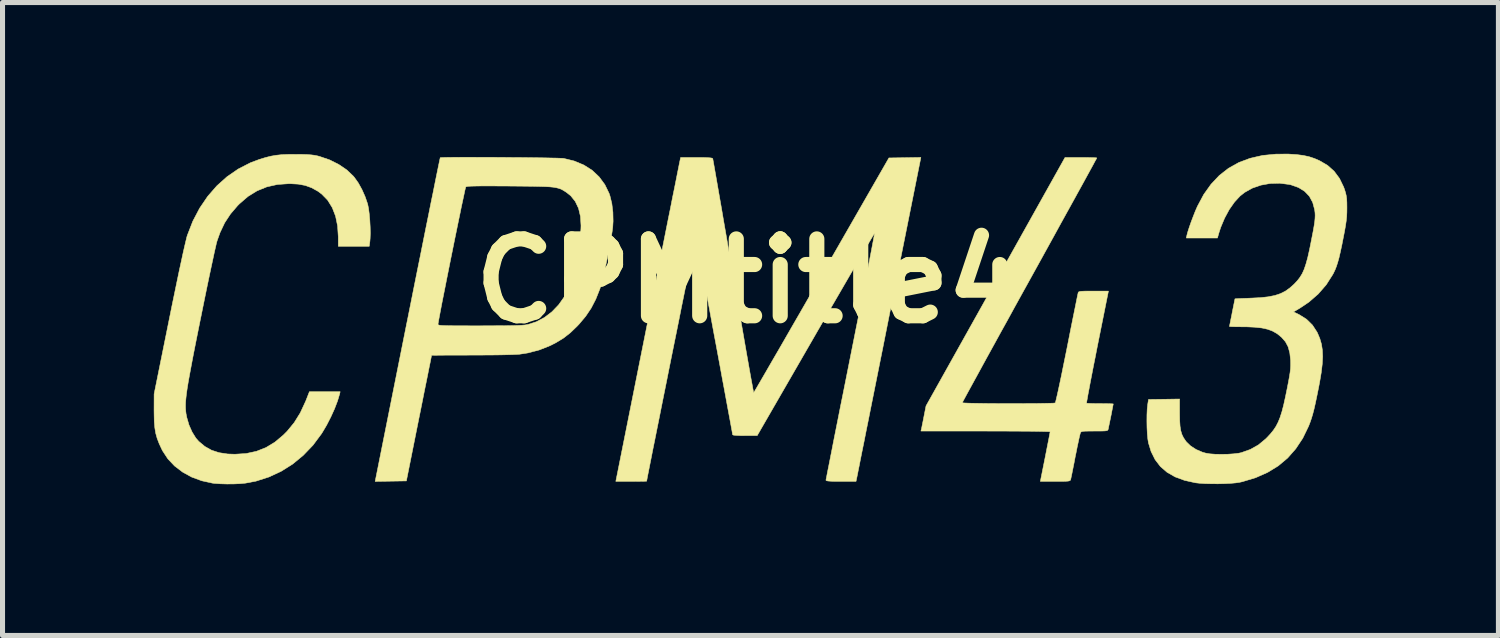
<source format=kicad_pcb>
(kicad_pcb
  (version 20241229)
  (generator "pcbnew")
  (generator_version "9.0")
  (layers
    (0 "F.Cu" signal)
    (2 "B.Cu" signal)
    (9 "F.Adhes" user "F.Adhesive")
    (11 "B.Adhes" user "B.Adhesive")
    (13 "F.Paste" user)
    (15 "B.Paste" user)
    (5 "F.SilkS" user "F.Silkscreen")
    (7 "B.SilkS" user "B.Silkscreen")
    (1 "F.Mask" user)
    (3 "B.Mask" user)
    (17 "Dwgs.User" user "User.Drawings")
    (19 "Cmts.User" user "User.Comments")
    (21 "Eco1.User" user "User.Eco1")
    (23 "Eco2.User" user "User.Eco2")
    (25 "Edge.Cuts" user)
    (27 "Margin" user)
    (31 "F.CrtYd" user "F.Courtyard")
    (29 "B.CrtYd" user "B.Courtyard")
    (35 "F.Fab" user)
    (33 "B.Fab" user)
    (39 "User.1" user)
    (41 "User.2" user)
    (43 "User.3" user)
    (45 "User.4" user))
  (footprint "CPMtitle4"
    (layer "F.Cu")
    (at 11.804 2.522)
    (property "Reference" "CPMtitle4" (at 0 0 0) (layer "F.SilkS") (effects (font (size 1.524 1.524) (thickness 0.3))))
    (attr through_hole)
    (fp_poly (pts (xy -8.981 -2.511) (xy -8.856 -2.51) (xy -8.759 -2.507) (xy -8.683 -2.501) (xy -8.619 -2.493) (xy -8.559 -2.481) (xy -8.518 -2.47) (xy -8.319 -2.402) (xy -8.137 -2.311) (xy -7.978 -2.203) (xy -7.847 -2.078) (xy -7.827 -2.054) (xy -7.75 -1.946) (xy -7.677 -1.814) (xy -7.614 -1.672) (xy -7.566 -1.532) (xy -7.563 -1.521) (xy -7.546 -1.437) (xy -7.532 -1.327) (xy -7.521 -1.202) (xy -7.514 -1.072) (xy -7.511 -0.949) (xy -7.515 -0.842) (xy -7.519 -0.792) (xy -7.532 -0.689) (xy -8.146 -0.689) (xy -8.146 -0.875) (xy -8.16 -1.092) (xy -8.2 -1.286) (xy -8.266 -1.456) (xy -8.357 -1.603) (xy -8.474 -1.723) (xy -8.552 -1.781) (xy -8.675 -1.849) (xy -8.801 -1.895) (xy -8.94 -1.921) (xy -9.103 -1.93) (xy -9.126 -1.93) (xy -9.354 -1.914) (xy -9.563 -1.867) (xy -9.757 -1.788) (xy -9.937 -1.677) (xy -10.106 -1.531) (xy -10.143 -1.494) (xy -10.284 -1.329) (xy -10.399 -1.154) (xy -10.491 -0.96) (xy -10.549 -0.798) (xy -10.561 -0.756) (xy -10.578 -0.681) (xy -10.602 -0.577) (xy -10.63 -0.446) (xy -10.663 -0.293) (xy -10.7 -0.119) (xy -10.74 0.072) (xy -10.782 0.276) (xy -10.826 0.492) (xy -10.871 0.715) (xy -10.879 0.753) (xy -10.936 1.036) (xy -10.986 1.286) (xy -11.029 1.506) (xy -11.065 1.697) (xy -11.096 1.863) (xy -11.122 2.007) (xy -11.142 2.13) (xy -11.157 2.235) (xy -11.167 2.324) (xy -11.174 2.401) (xy -11.176 2.468) (xy -11.175 2.526) (xy -11.171 2.58) (xy -11.165 2.631) (xy -11.155 2.681) (xy -11.151 2.703) (xy -11.107 2.854) (xy -11.045 2.994) (xy -10.97 3.115) (xy -10.913 3.18) (xy -10.792 3.281) (xy -10.66 3.355) (xy -10.511 3.404) (xy -10.34 3.43) (xy -10.196 3.435) (xy -9.973 3.421) (xy -9.769 3.377) (xy -9.581 3.303) (xy -9.404 3.196) (xy -9.236 3.055) (xy -9.161 2.98) (xy -9.02 2.808) (xy -8.9 2.615) (xy -8.798 2.395) (xy -8.788 2.372) (xy -8.719 2.195) (xy -8.109 2.195) (xy -8.121 2.245) (xy -8.162 2.381) (xy -8.221 2.535) (xy -8.294 2.696) (xy -8.376 2.856) (xy -8.464 3.005) (xy -8.48 3.03) (xy -8.648 3.256) (xy -8.84 3.456) (xy -9.051 3.63) (xy -9.28 3.774) (xy -9.524 3.887) (xy -9.78 3.969) (xy -9.986 4.008) (xy -10.091 4.018) (xy -10.218 4.024) (xy -10.354 4.025) (xy -10.486 4.021) (xy -10.601 4.013) (xy -10.641 4.008) (xy -10.854 3.961) (xy -11.053 3.888) (xy -11.233 3.789) (xy -11.392 3.668) (xy -11.526 3.526) (xy -11.631 3.366) (xy -11.645 3.338) (xy -11.698 3.224) (xy -11.738 3.12) (xy -11.766 3.019) (xy -11.784 2.911) (xy -11.795 2.788) (xy -11.798 2.641) (xy -11.799 2.567) (xy -11.798 2.241) (xy -11.497 0.753) (xy -11.443 0.486) (xy -11.391 0.235) (xy -11.343 0.003) (xy -11.299 -0.208) (xy -11.258 -0.396) (xy -11.223 -0.559) (xy -11.192 -0.694) (xy -11.167 -0.8) (xy -11.149 -0.874) (xy -11.139 -0.907) (xy -11.03 -1.187) (xy -10.895 -1.444) (xy -10.736 -1.678) (xy -10.554 -1.887) (xy -10.352 -2.068) (xy -10.13 -2.221) (xy -9.89 -2.344) (xy -9.709 -2.412) (xy -9.59 -2.448) (xy -9.483 -2.475) (xy -9.38 -2.493) (xy -9.269 -2.505) (xy -9.143 -2.51) (xy -8.991 -2.511) (xy -8.981 -2.511)) (stroke (width 0.01) (type solid)) (fill yes) (layer "F.SilkS"))
    (fp_poly (pts (xy 6.681 -2.449) (xy 6.77 -2.447) (xy 6.839 -2.445) (xy 6.882 -2.443) (xy 6.894 -2.44) (xy 6.886 -2.423) (xy 6.86 -2.377) (xy 6.82 -2.302) (xy 6.764 -2.2) (xy 6.695 -2.074) (xy 6.613 -1.924) (xy 6.519 -1.754) (xy 6.414 -1.563) (xy 6.299 -1.355) (xy 6.175 -1.131) (xy 6.044 -0.892) (xy 5.905 -0.64) (xy 5.76 -0.377) (xy 5.61 -0.106) (xy 5.561 -0.017) (xy 5.409 0.257) (xy 5.262 0.523) (xy 5.122 0.779) (xy 4.987 1.022) (xy 4.861 1.252) (xy 4.743 1.466) (xy 4.635 1.663) (xy 4.538 1.841) (xy 4.452 1.998) (xy 4.378 2.133) (xy 4.318 2.243) (xy 4.272 2.328) (xy 4.242 2.384) (xy 4.228 2.412) (xy 4.227 2.414) (xy 4.245 2.417) (xy 4.294 2.42) (xy 4.372 2.423) (xy 4.473 2.425) (xy 4.594 2.427) (xy 4.731 2.429) (xy 4.879 2.43) (xy 5.034 2.431) (xy 5.192 2.431) (xy 5.349 2.431) (xy 5.5 2.43) (xy 5.643 2.43) (xy 5.771 2.428) (xy 5.882 2.426) (xy 5.971 2.424) (xy 6.034 2.422) (xy 6.067 2.418) (xy 6.07 2.417) (xy 6.077 2.398) (xy 6.09 2.345) (xy 6.109 2.264) (xy 6.133 2.156) (xy 6.161 2.025) (xy 6.193 1.874) (xy 6.227 1.706) (xy 6.264 1.525) (xy 6.303 1.333) (xy 6.341 1.141) (xy 6.377 0.958) (xy 6.411 0.789) (xy 6.442 0.636) (xy 6.469 0.503) (xy 6.491 0.393) (xy 6.508 0.309) (xy 6.52 0.254) (xy 6.525 0.231) (xy 6.531 0.219) (xy 6.547 0.211) (xy 6.576 0.205) (xy 6.624 0.202) (xy 6.697 0.2) (xy 6.8 0.2) (xy 6.829 0.2) (xy 7.125 0.2) (xy 6.903 1.306) (xy 6.865 1.501) (xy 6.828 1.685) (xy 6.795 1.856) (xy 6.765 2.01) (xy 6.74 2.144) (xy 6.719 2.255) (xy 6.704 2.341) (xy 6.694 2.397) (xy 6.691 2.421) (xy 6.691 2.422) (xy 6.712 2.425) (xy 6.762 2.428) (xy 6.835 2.43) (xy 6.924 2.431) (xy 6.961 2.431) (xy 7.053 2.432) (xy 7.131 2.433) (xy 7.188 2.435) (xy 7.218 2.437) (xy 7.221 2.438) (xy 7.217 2.457) (xy 7.208 2.504) (xy 7.195 2.571) (xy 7.18 2.65) (xy 7.163 2.732) (xy 7.147 2.81) (xy 7.133 2.876) (xy 7.124 2.922) (xy 7.121 2.935) (xy 7.116 2.951) (xy 7.106 2.962) (xy 7.085 2.969) (xy 7.047 2.973) (xy 6.987 2.975) (xy 6.9 2.975) (xy 6.848 2.975) (xy 6.746 2.976) (xy 6.673 2.977) (xy 6.626 2.98) (xy 6.597 2.986) (xy 6.58 2.995) (xy 6.571 3.009) (xy 6.568 3.016) (xy 6.56 3.045) (xy 6.546 3.104) (xy 6.528 3.188) (xy 6.506 3.29) (xy 6.483 3.407) (xy 6.467 3.483) (xy 6.444 3.605) (xy 6.422 3.715) (xy 6.403 3.81) (xy 6.388 3.882) (xy 6.378 3.929) (xy 6.375 3.942) (xy 6.368 3.953) (xy 6.353 3.962) (xy 6.324 3.968) (xy 6.275 3.971) (xy 6.202 3.973) (xy 6.1 3.973) (xy 6.07 3.973) (xy 5.775 3.973) (xy 5.872 3.489) (xy 5.897 3.361) (xy 5.92 3.244) (xy 5.94 3.144) (xy 5.955 3.065) (xy 5.965 3.012) (xy 5.969 2.99) (xy 5.969 2.99) (xy 5.951 2.987) (xy 5.9 2.985) (xy 5.819 2.983) (xy 5.71 2.981) (xy 5.576 2.979) (xy 5.42 2.978) (xy 5.245 2.977) (xy 5.055 2.976) (xy 4.851 2.976) (xy 4.688 2.975) (xy 3.407 2.975) (xy 3.417 2.935) (xy 3.424 2.901) (xy 3.436 2.841) (xy 3.452 2.762) (xy 3.467 2.685) (xy 3.508 2.477) (xy 4.886 0.014) (xy 6.264 -2.449) (xy 6.579 -2.449) (xy 6.681 -2.449)) (stroke (width 0.01) (type solid)) (fill yes) (layer "F.SilkS"))
    (fp_poly (pts (xy -5.425 -2.453) (xy -5.253 -2.452) (xy -5.073 -2.452) (xy -4.89 -2.451) (xy -4.708 -2.449) (xy -4.529 -2.448) (xy -4.357 -2.446) (xy -4.197 -2.444) (xy -4.051 -2.442) (xy -3.924 -2.439) (xy -3.818 -2.437) (xy -3.738 -2.434) (xy -3.688 -2.432) (xy -3.674 -2.43) (xy -3.464 -2.378) (xy -3.276 -2.299) (xy -3.112 -2.195) (xy -2.974 -2.065) (xy -2.861 -1.912) (xy -2.776 -1.737) (xy -2.759 -1.687) (xy -2.722 -1.536) (xy -2.701 -1.364) (xy -2.697 -1.186) (xy -2.704 -1.07) (xy -2.716 -0.979) (xy -2.734 -0.863) (xy -2.758 -0.729) (xy -2.786 -0.584) (xy -2.816 -0.433) (xy -2.848 -0.285) (xy -2.879 -0.145) (xy -2.909 -0.021) (xy -2.936 0.081) (xy -2.958 0.154) (xy -2.959 0.156) (xy -3.04 0.36) (xy -3.132 0.538) (xy -3.241 0.7) (xy -3.373 0.857) (xy -3.409 0.895) (xy -3.544 1.025) (xy -3.678 1.13) (xy -3.825 1.22) (xy -3.942 1.28) (xy -4.158 1.366) (xy -4.38 1.425) (xy -4.553 1.452) (xy -4.605 1.455) (xy -4.687 1.459) (xy -4.797 1.462) (xy -4.929 1.465) (xy -5.079 1.467) (xy -5.241 1.468) (xy -5.412 1.469) (xy -5.502 1.469) (xy -5.668 1.47) (xy -5.822 1.47) (xy -5.96 1.47) (xy -6.08 1.471) (xy -6.177 1.472) (xy -6.248 1.473) (xy -6.288 1.473) (xy -6.296 1.474) (xy -6.3 1.492) (xy -6.31 1.543) (xy -6.326 1.624) (xy -6.348 1.731) (xy -6.374 1.863) (xy -6.405 2.016) (xy -6.44 2.187) (xy -6.477 2.374) (xy -6.517 2.574) (xy -6.547 2.721) (xy -6.796 3.964) (xy -7.415 3.974) (xy -6.792 0.857) (xy -6.169 0.857) (xy -6.167 0.865) (xy -6.159 0.871) (xy -6.143 0.876) (xy -6.115 0.88) (xy -6.072 0.883) (xy -6.012 0.885) (xy -5.93 0.887) (xy -5.824 0.888) (xy -5.691 0.888) (xy -5.528 0.889) (xy -5.339 0.889) (xy -5.127 0.888) (xy -4.948 0.887) (xy -4.8 0.886) (xy -4.679 0.884) (xy -4.582 0.881) (xy -4.505 0.877) (xy -4.446 0.872) (xy -4.403 0.866) (xy -4.388 0.863) (xy -4.219 0.809) (xy -4.057 0.723) (xy -3.908 0.609) (xy -3.775 0.47) (xy -3.663 0.311) (xy -3.576 0.135) (xy -3.555 0.08) (xy -3.541 0.032) (xy -3.521 -0.045) (xy -3.498 -0.145) (xy -3.471 -0.261) (xy -3.444 -0.388) (xy -3.427 -0.472) (xy -3.395 -0.63) (xy -3.37 -0.76) (xy -3.353 -0.866) (xy -3.341 -0.954) (xy -3.335 -1.032) (xy -3.333 -1.098) (xy -3.344 -1.281) (xy -3.382 -1.441) (xy -3.447 -1.578) (xy -3.538 -1.691) (xy -3.621 -1.757) (xy -3.661 -1.783) (xy -3.698 -1.805) (xy -3.735 -1.824) (xy -3.776 -1.838) (xy -3.824 -1.85) (xy -3.882 -1.86) (xy -3.954 -1.867) (xy -4.044 -1.872) (xy -4.155 -1.875) (xy -4.29 -1.878) (xy -4.453 -1.88) (xy -4.648 -1.882) (xy -4.746 -1.883) (xy -4.951 -1.884) (xy -5.123 -1.885) (xy -5.263 -1.885) (xy -5.376 -1.884) (xy -5.464 -1.882) (xy -5.529 -1.88) (xy -5.574 -1.877) (xy -5.602 -1.872) (xy -5.617 -1.867) (xy -5.618 -1.865) (xy -5.624 -1.845) (xy -5.637 -1.792) (xy -5.654 -1.71) (xy -5.677 -1.603) (xy -5.705 -1.474) (xy -5.735 -1.326) (xy -5.769 -1.163) (xy -5.805 -0.987) (xy -5.843 -0.803) (xy -5.881 -0.614) (xy -5.92 -0.422) (xy -5.958 -0.232) (xy -5.995 -0.047) (xy -6.03 0.13) (xy -6.063 0.295) (xy -6.093 0.446) (xy -6.118 0.578) (xy -6.139 0.689) (xy -6.155 0.775) (xy -6.165 0.832) (xy -6.169 0.857) (xy -6.792 0.857) (xy -6.774 0.769) (xy -6.707 0.434) (xy -6.642 0.108) (xy -6.579 -0.206) (xy -6.518 -0.507) (xy -6.461 -0.792) (xy -6.407 -1.062) (xy -6.356 -1.312) (xy -6.31 -1.543) (xy -6.267 -1.751) (xy -6.23 -1.936) (xy -6.198 -2.095) (xy -6.171 -2.226) (xy -6.15 -2.328) (xy -6.135 -2.4) (xy -6.126 -2.438) (xy -6.125 -2.445) (xy -6.104 -2.447) (xy -6.052 -2.449) (xy -5.97 -2.451) (xy -5.862 -2.452) (xy -5.733 -2.453) (xy -5.586 -2.453) (xy -5.425 -2.453)) (stroke (width 0.01) (type solid)) (fill yes) (layer "F.SilkS"))
    (fp_poly (pts (xy 2.782 0.666) (xy 2.716 0.998) (xy 2.652 1.321) (xy 2.589 1.634) (xy 2.529 1.934) (xy 2.472 2.219) (xy 2.418 2.488) (xy 2.368 2.74) (xy 2.321 2.971) (xy 2.28 3.18) (xy 2.242 3.366) (xy 2.21 3.526) (xy 2.184 3.659) (xy 2.163 3.762) (xy 2.149 3.834) (xy 2.141 3.873) (xy 2.14 3.878) (xy 2.12 3.973) (xy 1.822 3.973) (xy 1.706 3.973) (xy 1.621 3.97) (xy 1.566 3.966) (xy 1.535 3.96) (xy 1.524 3.951) (xy 1.524 3.95) (xy 1.527 3.93) (xy 1.538 3.876) (xy 1.554 3.791) (xy 1.577 3.677) (xy 1.605 3.535) (xy 1.638 3.368) (xy 1.675 3.177) (xy 1.717 2.966) (xy 1.763 2.735) (xy 1.812 2.487) (xy 1.865 2.225) (xy 1.92 1.949) (xy 1.977 1.663) (xy 2.011 1.492) (xy 2.069 1.201) (xy 2.125 0.919) (xy 2.179 0.65) (xy 2.229 0.395) (xy 2.277 0.155) (xy 2.32 -0.066) (xy 2.359 -0.267) (xy 2.394 -0.446) (xy 2.424 -0.601) (xy 2.448 -0.729) (xy 2.467 -0.829) (xy 2.48 -0.899) (xy 2.486 -0.937) (xy 2.486 -0.943) (xy 2.476 -0.928) (xy 2.448 -0.883) (xy 2.405 -0.81) (xy 2.347 -0.712) (xy 2.275 -0.589) (xy 2.19 -0.445) (xy 2.094 -0.28) (xy 1.987 -0.096) (xy 1.871 0.104) (xy 1.747 0.318) (xy 1.615 0.545) (xy 1.477 0.784) (xy 1.334 1.031) (xy 1.317 1.061) (xy 0.16 3.066) (xy -0.084 3.066) (xy -0.184 3.065) (xy -0.261 3.061) (xy -0.31 3.056) (xy -0.327 3.048) (xy -0.33 3.029) (xy -0.339 2.976) (xy -0.354 2.894) (xy -0.374 2.784) (xy -0.399 2.65) (xy -0.428 2.495) (xy -0.46 2.32) (xy -0.495 2.13) (xy -0.533 1.927) (xy -0.572 1.713) (xy -0.613 1.492) (xy -0.655 1.266) (xy -0.698 1.038) (xy -0.74 0.811) (xy -0.781 0.588) (xy -0.821 0.372) (xy -0.86 0.165) (xy -0.896 -0.03) (xy -0.93 -0.209) (xy -0.96 -0.371) (xy -0.987 -0.512) (xy -1.009 -0.63) (xy -1.026 -0.721) (xy -1.038 -0.783) (xy -1.044 -0.813) (xy -1.044 -0.814) (xy -1.055 -0.843) (xy -1.063 -0.848) (xy -1.067 -0.83) (xy -1.077 -0.779) (xy -1.094 -0.698) (xy -1.117 -0.588) (xy -1.144 -0.452) (xy -1.177 -0.294) (xy -1.213 -0.115) (xy -1.253 0.082) (xy -1.296 0.295) (xy -1.342 0.52) (xy -1.389 0.757) (xy -1.438 1.001) (xy -1.489 1.251) (xy -1.54 1.504) (xy -1.591 1.757) (xy -1.641 2.009) (xy -1.691 2.256) (xy -1.739 2.496) (xy -1.785 2.727) (xy -1.829 2.945) (xy -1.87 3.15) (xy -1.908 3.337) (xy -1.941 3.505) (xy -1.97 3.651) (xy -1.994 3.772) (xy -2.013 3.867) (xy -2.025 3.932) (xy -2.031 3.965) (xy -2.032 3.969) (xy -2.049 3.97) (xy -2.097 3.971) (xy -2.169 3.972) (xy -2.259 3.973) (xy -2.338 3.973) (xy -2.643 3.973) (xy -2.02 0.857) (xy -1.954 0.525) (xy -1.889 0.202) (xy -1.827 -0.11) (xy -1.767 -0.41) (xy -1.71 -0.695) (xy -1.656 -0.965) (xy -1.606 -1.216) (xy -1.559 -1.447) (xy -1.518 -1.657) (xy -1.48 -1.842) (xy -1.448 -2.002) (xy -1.422 -2.135) (xy -1.401 -2.238) (xy -1.387 -2.31) (xy -1.379 -2.349) (xy -1.378 -2.354) (xy -1.358 -2.449) (xy -1.044 -2.449) (xy -0.922 -2.449) (xy -0.832 -2.446) (xy -0.771 -2.442) (xy -0.735 -2.436) (xy -0.721 -2.427) (xy -0.721 -2.427) (xy -0.717 -2.406) (xy -0.707 -2.352) (xy -0.692 -2.267) (xy -0.672 -2.152) (xy -0.647 -2.01) (xy -0.618 -1.843) (xy -0.585 -1.653) (xy -0.548 -1.442) (xy -0.509 -1.212) (xy -0.466 -0.966) (xy -0.421 -0.705) (xy -0.374 -0.432) (xy -0.325 -0.149) (xy -0.316 -0.095) (xy -0.267 0.189) (xy -0.22 0.463) (xy -0.174 0.725) (xy -0.131 0.973) (xy -0.091 1.204) (xy -0.054 1.417) (xy -0.02 1.609) (xy 0.01 1.779) (xy 0.036 1.924) (xy 0.058 2.042) (xy 0.074 2.13) (xy 0.085 2.188) (xy 0.09 2.213) (xy 0.091 2.213) (xy 0.101 2.198) (xy 0.128 2.153) (xy 0.171 2.08) (xy 0.229 1.98) (xy 0.301 1.856) (xy 0.386 1.709) (xy 0.483 1.541) (xy 0.592 1.354) (xy 0.71 1.149) (xy 0.837 0.928) (xy 0.973 0.693) (xy 1.115 0.446) (xy 1.263 0.188) (xy 1.416 -0.079) (xy 1.436 -0.113) (xy 2.772 -2.44) (xy 3.089 -2.445) (xy 3.406 -2.45) (xy 2.782 0.666)) (stroke (width 0.01) (type solid)) (fill yes) (layer "F.SilkS"))
    (fp_poly (pts (xy 10.854 -2.507) (xy 10.987 -2.49) (xy 11.103 -2.465) (xy 11.214 -2.428) (xy 11.314 -2.384) (xy 11.471 -2.292) (xy 11.601 -2.176) (xy 11.707 -2.033) (xy 11.789 -1.864) (xy 11.805 -1.82) (xy 11.826 -1.753) (xy 11.84 -1.694) (xy 11.849 -1.631) (xy 11.853 -1.554) (xy 11.854 -1.452) (xy 11.854 -1.451) (xy 11.853 -1.36) (xy 11.849 -1.276) (xy 11.84 -1.191) (xy 11.826 -1.096) (xy 11.806 -0.982) (xy 11.786 -0.88) (xy 11.753 -0.711) (xy 11.723 -0.573) (xy 11.697 -0.46) (xy 11.671 -0.368) (xy 11.646 -0.29) (xy 11.619 -0.222) (xy 11.589 -0.158) (xy 11.572 -0.127) (xy 11.444 0.074) (xy 11.285 0.257) (xy 11.1 0.418) (xy 10.927 0.534) (xy 10.795 0.612) (xy 10.913 0.67) (xy 11.054 0.759) (xy 11.17 0.873) (xy 11.262 1.014) (xy 11.272 1.035) (xy 11.317 1.142) (xy 11.349 1.252) (xy 11.367 1.369) (xy 11.373 1.498) (xy 11.365 1.645) (xy 11.345 1.814) (xy 11.312 2.01) (xy 11.294 2.105) (xy 11.259 2.278) (xy 11.229 2.421) (xy 11.202 2.54) (xy 11.176 2.64) (xy 11.15 2.726) (xy 11.123 2.804) (xy 11.093 2.881) (xy 10.978 3.118) (xy 10.839 3.327) (xy 10.678 3.51) (xy 10.492 3.666) (xy 10.281 3.795) (xy 10.044 3.9) (xy 9.782 3.979) (xy 9.725 3.992) (xy 9.65 4.003) (xy 9.548 4.012) (xy 9.427 4.018) (xy 9.296 4.021) (xy 9.163 4.02) (xy 9.038 4.017) (xy 8.93 4.01) (xy 8.85 4.001) (xy 8.634 3.953) (xy 8.447 3.884) (xy 8.288 3.793) (xy 8.156 3.679) (xy 8.051 3.542) (xy 7.971 3.381) (xy 7.919 3.211) (xy 7.906 3.133) (xy 7.896 3.028) (xy 7.89 2.906) (xy 7.888 2.778) (xy 7.889 2.652) (xy 7.894 2.538) (xy 7.904 2.447) (xy 7.905 2.44) (xy 7.92 2.349) (xy 8.228 2.345) (xy 8.536 2.34) (xy 8.536 2.626) (xy 8.538 2.766) (xy 8.545 2.877) (xy 8.559 2.966) (xy 8.581 3.04) (xy 8.612 3.105) (xy 8.656 3.17) (xy 8.671 3.19) (xy 8.754 3.27) (xy 8.864 3.341) (xy 8.99 3.395) (xy 9.053 3.413) (xy 9.135 3.427) (xy 9.242 3.435) (xy 9.363 3.437) (xy 9.488 3.435) (xy 9.606 3.427) (xy 9.707 3.415) (xy 9.759 3.404) (xy 9.939 3.34) (xy 10.099 3.25) (xy 10.245 3.129) (xy 10.269 3.105) (xy 10.338 3.031) (xy 10.397 2.958) (xy 10.447 2.883) (xy 10.49 2.8) (xy 10.529 2.704) (xy 10.565 2.591) (xy 10.6 2.456) (xy 10.636 2.293) (xy 10.669 2.132) (xy 10.695 1.999) (xy 10.714 1.895) (xy 10.727 1.812) (xy 10.735 1.743) (xy 10.738 1.681) (xy 10.738 1.619) (xy 10.737 1.569) (xy 10.721 1.424) (xy 10.688 1.304) (xy 10.635 1.204) (xy 10.558 1.116) (xy 10.551 1.11) (xy 10.471 1.045) (xy 10.384 0.995) (xy 10.284 0.957) (xy 10.167 0.931) (xy 10.026 0.916) (xy 9.858 0.908) (xy 9.784 0.908) (xy 9.691 0.907) (xy 9.614 0.906) (xy 9.557 0.904) (xy 9.528 0.902) (xy 9.525 0.901) (xy 9.528 0.882) (xy 9.538 0.834) (xy 9.552 0.762) (xy 9.57 0.675) (xy 9.579 0.626) (xy 9.598 0.532) (xy 9.614 0.453) (xy 9.626 0.393) (xy 9.633 0.359) (xy 9.634 0.354) (xy 9.651 0.352) (xy 9.699 0.349) (xy 9.771 0.346) (xy 9.863 0.343) (xy 9.956 0.339) (xy 10.14 0.33) (xy 10.295 0.313) (xy 10.425 0.287) (xy 10.536 0.25) (xy 10.634 0.201) (xy 10.724 0.136) (xy 10.805 0.064) (xy 10.869 -0.004) (xy 10.922 -0.072) (xy 10.968 -0.147) (xy 11.007 -0.234) (xy 11.042 -0.338) (xy 11.077 -0.465) (xy 11.112 -0.62) (xy 11.13 -0.709) (xy 11.161 -0.867) (xy 11.186 -0.995) (xy 11.204 -1.098) (xy 11.216 -1.179) (xy 11.222 -1.246) (xy 11.224 -1.301) (xy 11.222 -1.351) (xy 11.216 -1.4) (xy 11.214 -1.414) (xy 11.175 -1.559) (xy 11.109 -1.681) (xy 11.015 -1.779) (xy 10.894 -1.854) (xy 10.744 -1.907) (xy 10.707 -1.915) (xy 10.519 -1.939) (xy 10.331 -1.934) (xy 10.149 -1.901) (xy 9.978 -1.842) (xy 9.826 -1.757) (xy 9.735 -1.685) (xy 9.625 -1.566) (xy 9.521 -1.418) (xy 9.429 -1.248) (xy 9.352 -1.065) (xy 9.315 -0.952) (xy 9.287 -0.853) (xy 8.669 -0.853) (xy 8.682 -0.912) (xy 8.7 -0.979) (xy 8.729 -1.069) (xy 8.766 -1.174) (xy 8.807 -1.282) (xy 8.848 -1.386) (xy 8.886 -1.473) (xy 8.89 -1.482) (xy 9.015 -1.716) (xy 9.16 -1.919) (xy 9.324 -2.093) (xy 9.507 -2.236) (xy 9.711 -2.35) (xy 9.936 -2.434) (xy 10.182 -2.49) (xy 10.45 -2.516) (xy 10.695 -2.517) (xy 10.854 -2.507)) (stroke (width 0.01) (type solid)) (fill yes) (layer "F.SilkS")))
  (gr_rect
    (start -3 -3)
    (end 26.662 9.551)
    (stroke (width 0.1) (type default))
    (fill no)
    (layer "Edge.Cuts")))
</source>
